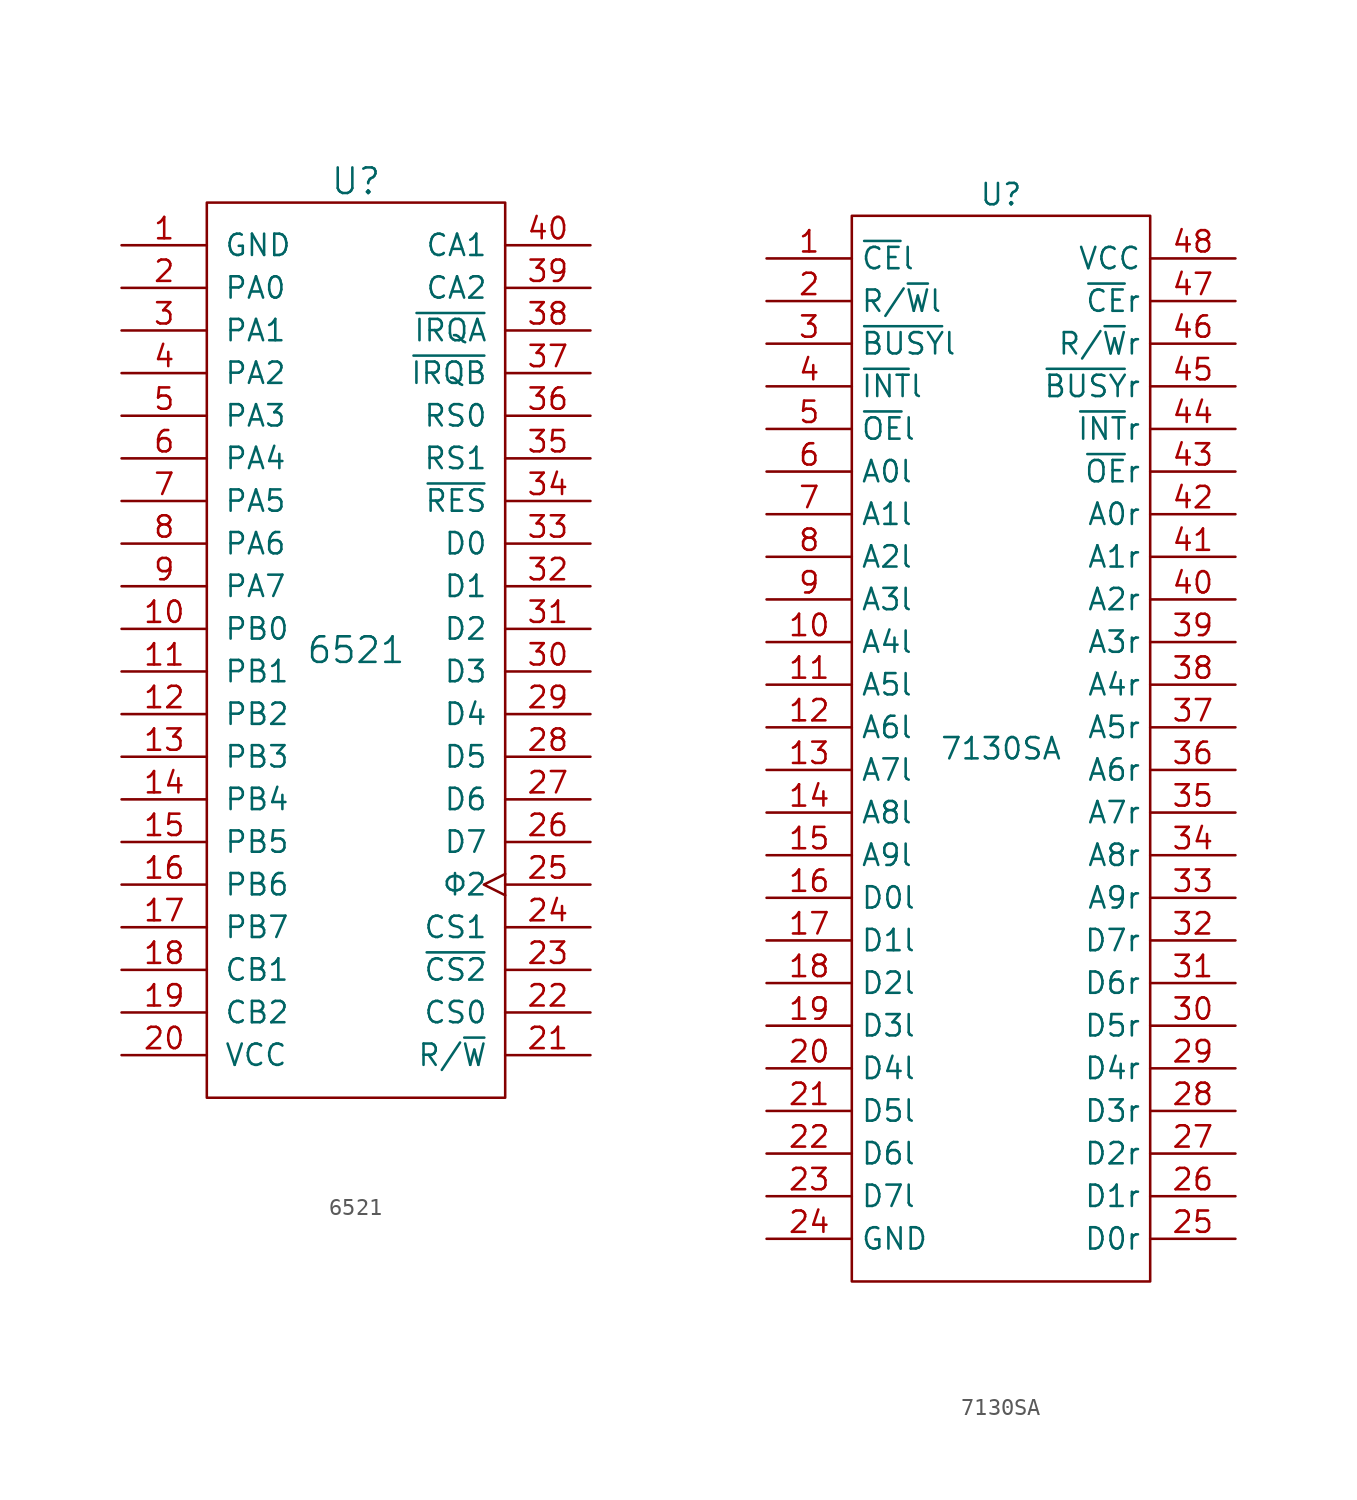
<source format=kicad_sym>
(kicad_symbol_lib
  (version 20211014)
  (generator kicad_symbol_editor)
  (symbol "6521"
    (pin_names
      (offset 1.016))
    (property "Reference" "U"
      (at 0 27.94 0)
      (effects (font (size 1.524 1.524))))
    (property "Value" "6521"
      (at 0 0 0)
      (effects (font (size 1.524 1.524))))
    (symbol "6521_0_1"
      (rectangle (start -8.89 26.67) (end 8.89 -26.67) (stroke (width 0) (type default) (color 0 0 0 0)) (fill (type none))))
    (symbol "6521_1_1"
      (pin power_in line (at -13.97 24.13 0) (length 5.08) (name "GND" (effects (font (size 1.27 1.27)))) (number "1" (effects (font (size 1.27 1.27)))))
      (pin bidirectional line (at -13.97 1.27 0) (length 5.08) (name "PB0" (effects (font (size 1.27 1.27)))) (number "10" (effects (font (size 1.27 1.27)))))
      (pin bidirectional line (at -13.97 -1.27 0) (length 5.08) (name "PB1" (effects (font (size 1.27 1.27)))) (number "11" (effects (font (size 1.27 1.27)))))
      (pin bidirectional line (at -13.97 -3.81 0) (length 5.08) (name "PB2" (effects (font (size 1.27 1.27)))) (number "12" (effects (font (size 1.27 1.27)))))
      (pin bidirectional line (at -13.97 -6.35 0) (length 5.08) (name "PB3" (effects (font (size 1.27 1.27)))) (number "13" (effects (font (size 1.27 1.27)))))
      (pin bidirectional line (at -13.97 -8.89 0) (length 5.08) (name "PB4" (effects (font (size 1.27 1.27)))) (number "14" (effects (font (size 1.27 1.27)))))
      (pin bidirectional line (at -13.97 -11.43 0) (length 5.08) (name "PB5" (effects (font (size 1.27 1.27)))) (number "15" (effects (font (size 1.27 1.27)))))
      (pin bidirectional line (at -13.97 -13.97 0) (length 5.08) (name "PB6" (effects (font (size 1.27 1.27)))) (number "16" (effects (font (size 1.27 1.27)))))
      (pin bidirectional line (at -13.97 -16.51 0) (length 5.08) (name "PB7" (effects (font (size 1.27 1.27)))) (number "17" (effects (font (size 1.27 1.27)))))
      (pin output line (at -13.97 -19.05 0) (length 5.08) (name "CB1" (effects (font (size 1.27 1.27)))) (number "18" (effects (font (size 1.27 1.27)))))
      (pin output line (at -13.97 -21.59 0) (length 5.08) (name "CB2" (effects (font (size 1.27 1.27)))) (number "19" (effects (font (size 1.27 1.27)))))
      (pin bidirectional line (at -13.97 21.59 0) (length 5.08) (name "PA0" (effects (font (size 1.27 1.27)))) (number "2" (effects (font (size 1.27 1.27)))))
      (pin power_in line (at -13.97 -24.13 0) (length 5.08) (name "VCC" (effects (font (size 1.27 1.27)))) (number "20" (effects (font (size 1.27 1.27)))))
      (pin input line (at 13.97 -24.13 180) (length 5.08) (name "R/~{W}" (effects (font (size 1.27 1.27)))) (number "21" (effects (font (size 1.27 1.27)))))
      (pin input line (at 13.97 -21.59 180) (length 5.08) (name "CS0" (effects (font (size 1.27 1.27)))) (number "22" (effects (font (size 1.27 1.27)))))
      (pin input line (at 13.97 -19.05 180) (length 5.08) (name "~{CS2}" (effects (font (size 1.27 1.27)))) (number "23" (effects (font (size 1.27 1.27)))))
      (pin input line (at 13.97 -16.51 180) (length 5.08) (name "CS1" (effects (font (size 1.27 1.27)))) (number "24" (effects (font (size 1.27 1.27)))))
      (pin input clock (at 13.97 -13.97 180) (length 5.08) (name "Φ2" (effects (font (size 1.27 1.27)))) (number "25" (effects (font (size 1.27 1.27)))))
      (pin bidirectional line (at 13.97 -11.43 180) (length 5.08) (name "D7" (effects (font (size 1.27 1.27)))) (number "26" (effects (font (size 1.27 1.27)))))
      (pin bidirectional line (at 13.97 -8.89 180) (length 5.08) (name "D6" (effects (font (size 1.27 1.27)))) (number "27" (effects (font (size 1.27 1.27)))))
      (pin bidirectional line (at 13.97 -6.35 180) (length 5.08) (name "D5" (effects (font (size 1.27 1.27)))) (number "28" (effects (font (size 1.27 1.27)))))
      (pin bidirectional line (at 13.97 -3.81 180) (length 5.08) (name "D4" (effects (font (size 1.27 1.27)))) (number "29" (effects (font (size 1.27 1.27)))))
      (pin bidirectional line (at -13.97 19.05 0) (length 5.08) (name "PA1" (effects (font (size 1.27 1.27)))) (number "3" (effects (font (size 1.27 1.27)))))
      (pin bidirectional line (at 13.97 -1.27 180) (length 5.08) (name "D3" (effects (font (size 1.27 1.27)))) (number "30" (effects (font (size 1.27 1.27)))))
      (pin bidirectional line (at 13.97 1.27 180) (length 5.08) (name "D2" (effects (font (size 1.27 1.27)))) (number "31" (effects (font (size 1.27 1.27)))))
      (pin bidirectional line (at 13.97 3.81 180) (length 5.08) (name "D1" (effects (font (size 1.27 1.27)))) (number "32" (effects (font (size 1.27 1.27)))))
      (pin bidirectional line (at 13.97 6.35 180) (length 5.08) (name "D0" (effects (font (size 1.27 1.27)))) (number "33" (effects (font (size 1.27 1.27)))))
      (pin input line (at 13.97 8.89 180) (length 5.08) (name "~{RES}" (effects (font (size 1.27 1.27)))) (number "34" (effects (font (size 1.27 1.27)))))
      (pin input line (at 13.97 11.43 180) (length 5.08) (name "RS1" (effects (font (size 1.27 1.27)))) (number "35" (effects (font (size 1.27 1.27)))))
      (pin input line (at 13.97 13.97 180) (length 5.08) (name "RS0" (effects (font (size 1.27 1.27)))) (number "36" (effects (font (size 1.27 1.27)))))
      (pin output line (at 13.97 16.51 180) (length 5.08) (name "~{IRQB}" (effects (font (size 1.27 1.27)))) (number "37" (effects (font (size 1.27 1.27)))))
      (pin output line (at 13.97 19.05 180) (length 5.08) (name "~{IRQA}" (effects (font (size 1.27 1.27)))) (number "38" (effects (font (size 1.27 1.27)))))
      (pin output line (at 13.97 21.59 180) (length 5.08) (name "CA2" (effects (font (size 1.27 1.27)))) (number "39" (effects (font (size 1.27 1.27)))))
      (pin bidirectional line (at -13.97 16.51 0) (length 5.08) (name "PA2" (effects (font (size 1.27 1.27)))) (number "4" (effects (font (size 1.27 1.27)))))
      (pin output line (at 13.97 24.13 180) (length 5.08) (name "CA1" (effects (font (size 1.27 1.27)))) (number "40" (effects (font (size 1.27 1.27)))))
      (pin bidirectional line (at -13.97 13.97 0) (length 5.08) (name "PA3" (effects (font (size 1.27 1.27)))) (number "5" (effects (font (size 1.27 1.27)))))
      (pin bidirectional line (at -13.97 11.43 0) (length 5.08) (name "PA4" (effects (font (size 1.27 1.27)))) (number "6" (effects (font (size 1.27 1.27)))))
      (pin bidirectional line (at -13.97 8.89 0) (length 5.08) (name "PA5" (effects (font (size 1.27 1.27)))) (number "7" (effects (font (size 1.27 1.27)))))
      (pin bidirectional line (at -13.97 6.35 0) (length 5.08) (name "PA6" (effects (font (size 1.27 1.27)))) (number "8" (effects (font (size 1.27 1.27)))))
      (pin bidirectional line (at -13.97 3.81 0) (length 5.08) (name "PA7" (effects (font (size 1.27 1.27)))) (number "9" (effects (font (size 1.27 1.27)))))))
  (symbol "7130SA"
    (property "Reference" "U"
      (at 0 33.02 0)
      (effects (font (size 1.27 1.27))))
    (property "Value" "7130SA"
      (at 0 0 0)
      (effects (font (size 1.27 1.27))))
    (symbol "7130SA_0_1"
      (rectangle (start -8.89 31.75) (end 8.89 -31.75) (stroke (width 0) (type default) (color 0 0 0 0)) (fill (type none))))
    (symbol "7130SA_1_1"
      (pin input line (at -13.97 29.21 0) (length 5.08) (name "~{CE}l" (effects (font (size 1.27 1.27)))) (number "1" (effects (font (size 1.27 1.27)))))
      (pin input line (at -13.97 6.35 0) (length 5.08) (name "A4l" (effects (font (size 1.27 1.27)))) (number "10" (effects (font (size 1.27 1.27)))))
      (pin input line (at -13.97 3.81 0) (length 5.08) (name "A5l" (effects (font (size 1.27 1.27)))) (number "11" (effects (font (size 1.27 1.27)))))
      (pin input line (at -13.97 1.27 0) (length 5.08) (name "A6l" (effects (font (size 1.27 1.27)))) (number "12" (effects (font (size 1.27 1.27)))))
      (pin input line (at -13.97 -1.27 0) (length 5.08) (name "A7l" (effects (font (size 1.27 1.27)))) (number "13" (effects (font (size 1.27 1.27)))))
      (pin input line (at -13.97 -3.81 0) (length 5.08) (name "A8l" (effects (font (size 1.27 1.27)))) (number "14" (effects (font (size 1.27 1.27)))))
      (pin input line (at -13.97 -6.35 0) (length 5.08) (name "A9l" (effects (font (size 1.27 1.27)))) (number "15" (effects (font (size 1.27 1.27)))))
      (pin bidirectional line (at -13.97 -8.89 0) (length 5.08) (name "D0l" (effects (font (size 1.27 1.27)))) (number "16" (effects (font (size 1.27 1.27)))))
      (pin bidirectional line (at -13.97 -11.43 0) (length 5.08) (name "D1l" (effects (font (size 1.27 1.27)))) (number "17" (effects (font (size 1.27 1.27)))))
      (pin bidirectional line (at -13.97 -13.97 0) (length 5.08) (name "D2l" (effects (font (size 1.27 1.27)))) (number "18" (effects (font (size 1.27 1.27)))))
      (pin bidirectional line (at -13.97 -16.51 0) (length 5.08) (name "D3l" (effects (font (size 1.27 1.27)))) (number "19" (effects (font (size 1.27 1.27)))))
      (pin input line (at -13.97 26.67 0) (length 5.08) (name "R/~{W}l" (effects (font (size 1.27 1.27)))) (number "2" (effects (font (size 1.27 1.27)))))
      (pin bidirectional line (at -13.97 -19.05 0) (length 5.08) (name "D4l" (effects (font (size 1.27 1.27)))) (number "20" (effects (font (size 1.27 1.27)))))
      (pin bidirectional line (at -13.97 -21.59 0) (length 5.08) (name "D5l" (effects (font (size 1.27 1.27)))) (number "21" (effects (font (size 1.27 1.27)))))
      (pin bidirectional line (at -13.97 -24.13 0) (length 5.08) (name "D6l" (effects (font (size 1.27 1.27)))) (number "22" (effects (font (size 1.27 1.27)))))
      (pin bidirectional line (at -13.97 -26.67 0) (length 5.08) (name "D7l" (effects (font (size 1.27 1.27)))) (number "23" (effects (font (size 1.27 1.27)))))
      (pin power_in line (at -13.97 -29.21 0) (length 5.08) (name "GND" (effects (font (size 1.27 1.27)))) (number "24" (effects (font (size 1.27 1.27)))))
      (pin bidirectional line (at 13.97 -29.21 180) (length 5.08) (name "D0r" (effects (font (size 1.27 1.27)))) (number "25" (effects (font (size 1.27 1.27)))))
      (pin bidirectional line (at 13.97 -26.67 180) (length 5.08) (name "D1r" (effects (font (size 1.27 1.27)))) (number "26" (effects (font (size 1.27 1.27)))))
      (pin bidirectional line (at 13.97 -24.13 180) (length 5.08) (name "D2r" (effects (font (size 1.27 1.27)))) (number "27" (effects (font (size 1.27 1.27)))))
      (pin bidirectional line (at 13.97 -21.59 180) (length 5.08) (name "D3r" (effects (font (size 1.27 1.27)))) (number "28" (effects (font (size 1.27 1.27)))))
      (pin bidirectional line (at 13.97 -19.05 180) (length 5.08) (name "D4r" (effects (font (size 1.27 1.27)))) (number "29" (effects (font (size 1.27 1.27)))))
      (pin input line (at -13.97 24.13 0) (length 5.08) (name "~{BUSY}l" (effects (font (size 1.27 1.27)))) (number "3" (effects (font (size 1.27 1.27)))))
      (pin bidirectional line (at 13.97 -16.51 180) (length 5.08) (name "D5r" (effects (font (size 1.27 1.27)))) (number "30" (effects (font (size 1.27 1.27)))))
      (pin bidirectional line (at 13.97 -13.97 180) (length 5.08) (name "D6r" (effects (font (size 1.27 1.27)))) (number "31" (effects (font (size 1.27 1.27)))))
      (pin bidirectional line (at 13.97 -11.43 180) (length 5.08) (name "D7r" (effects (font (size 1.27 1.27)))) (number "32" (effects (font (size 1.27 1.27)))))
      (pin bidirectional line (at 13.97 -8.89 180) (length 5.08) (name "A9r" (effects (font (size 1.27 1.27)))) (number "33" (effects (font (size 1.27 1.27)))))
      (pin bidirectional line (at 13.97 -6.35 180) (length 5.08) (name "A8r" (effects (font (size 1.27 1.27)))) (number "34" (effects (font (size 1.27 1.27)))))
      (pin bidirectional line (at 13.97 -3.81 180) (length 5.08) (name "A7r" (effects (font (size 1.27 1.27)))) (number "35" (effects (font (size 1.27 1.27)))))
      (pin bidirectional line (at 13.97 -1.27 180) (length 5.08) (name "A6r" (effects (font (size 1.27 1.27)))) (number "36" (effects (font (size 1.27 1.27)))))
      (pin bidirectional line (at 13.97 1.27 180) (length 5.08) (name "A5r" (effects (font (size 1.27 1.27)))) (number "37" (effects (font (size 1.27 1.27)))))
      (pin bidirectional line (at 13.97 3.81 180) (length 5.08) (name "A4r" (effects (font (size 1.27 1.27)))) (number "38" (effects (font (size 1.27 1.27)))))
      (pin bidirectional line (at 13.97 6.35 180) (length 5.08) (name "A3r" (effects (font (size 1.27 1.27)))) (number "39" (effects (font (size 1.27 1.27)))))
      (pin output line (at -13.97 21.59 0) (length 5.08) (name "~{INT}l" (effects (font (size 1.27 1.27)))) (number "4" (effects (font (size 1.27 1.27)))))
      (pin bidirectional line (at 13.97 8.89 180) (length 5.08) (name "A2r" (effects (font (size 1.27 1.27)))) (number "40" (effects (font (size 1.27 1.27)))))
      (pin bidirectional line (at 13.97 11.43 180) (length 5.08) (name "A1r" (effects (font (size 1.27 1.27)))) (number "41" (effects (font (size 1.27 1.27)))))
      (pin bidirectional line (at 13.97 13.97 180) (length 5.08) (name "A0r" (effects (font (size 1.27 1.27)))) (number "42" (effects (font (size 1.27 1.27)))))
      (pin input line (at 13.97 16.51 180) (length 5.08) (name "~{OE}r" (effects (font (size 1.27 1.27)))) (number "43" (effects (font (size 1.27 1.27)))))
      (pin output line (at 13.97 19.05 180) (length 5.08) (name "~{INT}r" (effects (font (size 1.27 1.27)))) (number "44" (effects (font (size 1.27 1.27)))))
      (pin output line (at 13.97 21.59 180) (length 5.08) (name "~{BUSY}r" (effects (font (size 1.27 1.27)))) (number "45" (effects (font (size 1.27 1.27)))))
      (pin input line (at 13.97 24.13 180) (length 5.08) (name "R/~{W}r" (effects (font (size 1.27 1.27)))) (number "46" (effects (font (size 1.27 1.27)))))
      (pin input line (at 13.97 26.67 180) (length 5.08) (name "~{CE}r" (effects (font (size 1.27 1.27)))) (number "47" (effects (font (size 1.27 1.27)))))
      (pin power_in line (at 13.97 29.21 180) (length 5.08) (name "VCC" (effects (font (size 1.27 1.27)))) (number "48" (effects (font (size 1.27 1.27)))))
      (pin input line (at -13.97 19.05 0) (length 5.08) (name "~{OE}l" (effects (font (size 1.27 1.27)))) (number "5" (effects (font (size 1.27 1.27)))))
      (pin input line (at -13.97 16.51 0) (length 5.08) (name "A0l" (effects (font (size 1.27 1.27)))) (number "6" (effects (font (size 1.27 1.27)))))
      (pin input line (at -13.97 13.97 0) (length 5.08) (name "A1l" (effects (font (size 1.27 1.27)))) (number "7" (effects (font (size 1.27 1.27)))))
      (pin input line (at -13.97 11.43 0) (length 5.08) (name "A2l" (effects (font (size 1.27 1.27)))) (number "8" (effects (font (size 1.27 1.27)))))
      (pin input line (at -13.97 8.89 0) (length 5.08) (name "A3l" (effects (font (size 1.27 1.27)))) (number "9" (effects (font (size 1.27 1.27))))))))
</source>
